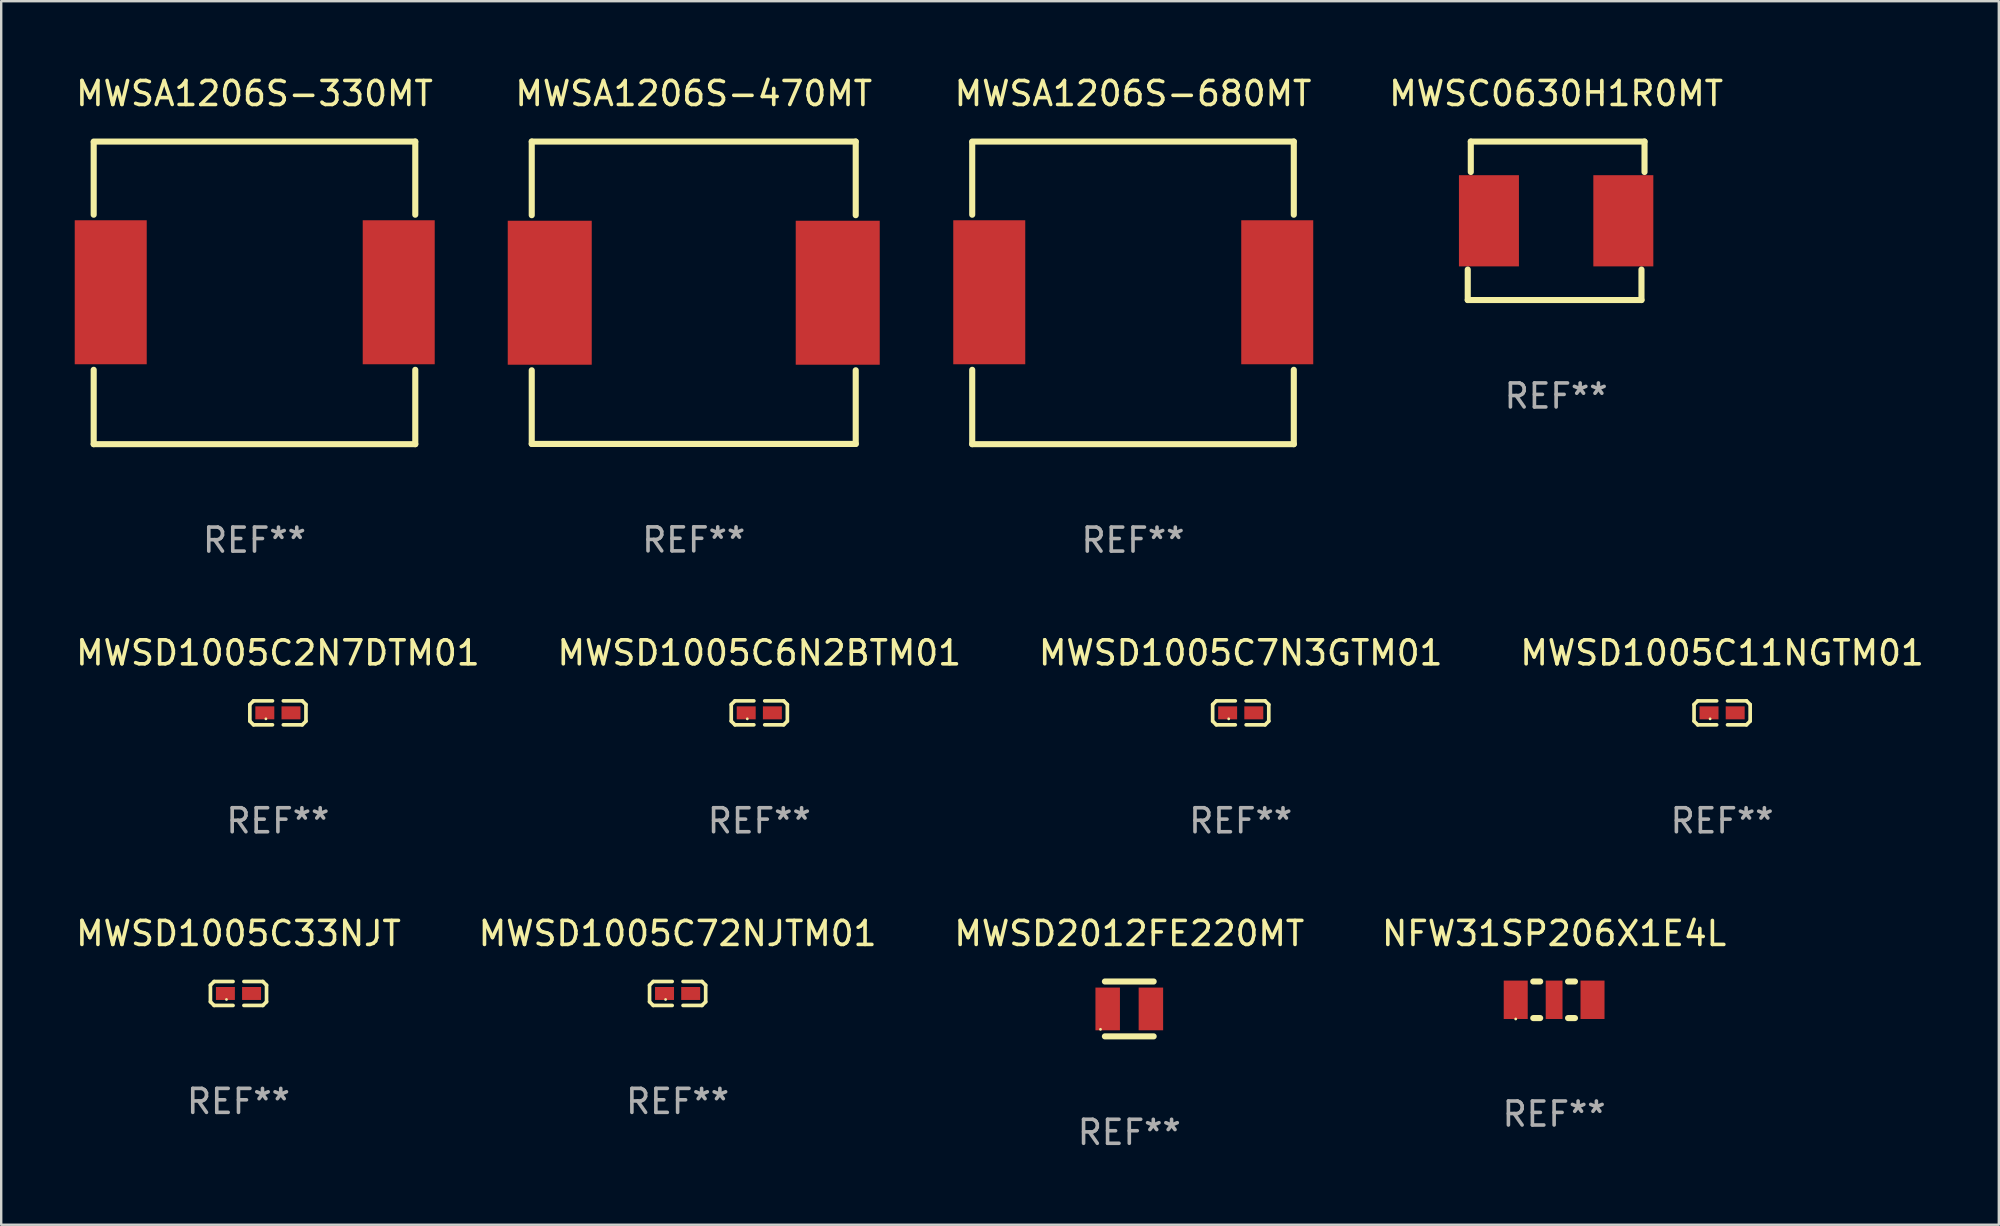
<source format=kicad_pcb>
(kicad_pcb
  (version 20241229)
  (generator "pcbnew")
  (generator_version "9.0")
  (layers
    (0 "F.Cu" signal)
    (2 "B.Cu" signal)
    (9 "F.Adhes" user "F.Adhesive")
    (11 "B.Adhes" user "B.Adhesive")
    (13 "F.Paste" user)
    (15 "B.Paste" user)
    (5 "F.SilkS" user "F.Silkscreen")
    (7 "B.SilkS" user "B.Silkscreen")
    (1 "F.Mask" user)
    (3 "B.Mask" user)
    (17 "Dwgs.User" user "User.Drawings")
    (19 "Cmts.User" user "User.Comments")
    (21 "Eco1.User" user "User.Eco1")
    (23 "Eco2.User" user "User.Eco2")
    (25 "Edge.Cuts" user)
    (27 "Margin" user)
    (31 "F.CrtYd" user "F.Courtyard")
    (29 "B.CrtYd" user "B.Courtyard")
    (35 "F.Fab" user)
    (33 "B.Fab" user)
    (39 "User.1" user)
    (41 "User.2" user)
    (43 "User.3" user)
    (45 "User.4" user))
  (footprint "MWSD2012FE220MT"
    (layer "F.Cu")
    (at 44.006 38.991)
    (property "Reference" "MWSD2012FE220MT" (at 0 -3.143 0) (layer "F.SilkS") (effects (font (size 1 1) (thickness 0.15))))
    (attr through_hole)
    (fp_line (start -1.016 -1.143) (end 1.016 -1.143) (stroke (width 0.254) (type solid)) (layer "F.SilkS"))
    (fp_line (start -1.016 1.143) (end 1.016 1.143) (stroke (width 0.254) (type solid)) (layer "F.SilkS"))
    (fp_circle (center -1.2 0.85) (end -1.17 0.85) (stroke (width 0.06) (type solid)) (fill no) (layer "F.SilkS"))
    (fp_text user "REF**" (at 0 5.143 0) (layer "F.Fab") (effects (font (size 1 1) (thickness 0.15))))
    (pad "1" smd rect (at -0.9 0) (size 1.02 1.78) (layers "F.Cu" "F.Mask" "F.Paste"))
    (pad "2" smd rect (at 0.9 0) (size 1.02 1.78) (layers "F.Cu" "F.Mask" "F.Paste")))
  (footprint "MWSC0630H1R0MT"
    (layer "F.Cu")
    (at 61.792 6.15)
    (property "Reference" "MWSC0630H1R0MT" (at 0 -5.302 0) (layer "F.SilkS") (effects (font (size 1 1) (thickness 0.15))))
    (attr through_hole)
    (fp_line (start -3.683 3.302) (end -3.683 2.032) (stroke (width 0.254) (type solid)) (layer "F.SilkS"))
    (fp_line (start -3.556 -3.302) (end 3.683 -3.302) (stroke (width 0.254) (type solid)) (layer "F.SilkS"))
    (fp_line (start -3.556 -2.032) (end -3.556 -3.302) (stroke (width 0.254) (type solid)) (layer "F.SilkS"))
    (fp_line (start 3.556 2.032) (end 3.556 3.302) (stroke (width 0.254) (type solid)) (layer "F.SilkS"))
    (fp_line (start 3.556 3.302) (end -3.683 3.302) (stroke (width 0.254) (type solid)) (layer "F.SilkS"))
    (fp_line (start 3.683 -3.302) (end 3.683 -2.032) (stroke (width 0.254) (type solid)) (layer "F.SilkS"))
    (fp_circle (center -3.55 3.3) (end -3.52 3.3) (stroke (width 0.06) (type solid)) (fill no) (layer "F.SilkS"))
    (fp_text user "REF**" (at 0 7.302 0) (layer "F.Fab") (effects (font (size 1 1) (thickness 0.15))))
    (pad "1" smd rect (at -2.8 0) (size 2.5 3.8) (layers "F.Cu" "F.Mask" "F.Paste"))
    (pad "2" smd rect (at 2.8 0) (size 2.5 3.8) (layers "F.Cu" "F.Mask" "F.Paste")))
  (footprint "MWSA1206S-470MT"
    (layer "F.Cu")
    (at 25.857 9.148)
    (property "Reference" "MWSA1206S-470MT" (at 0 -8.3 0) (layer "F.SilkS") (effects (font (size 1 1) (thickness 0.15))))
    (attr through_hole)
    (fp_line (start -6.75 -6.3) (end -6.75 -3.231) (stroke (width 0.254) (type solid)) (layer "F.SilkS"))
    (fp_line (start -6.75 -6.3) (end 6.75 -6.3) (stroke (width 0.254) (type solid)) (layer "F.SilkS"))
    (fp_line (start -6.75 3.231) (end -6.75 6.3) (stroke (width 0.254) (type solid)) (layer "F.SilkS"))
    (fp_line (start -6.75 6.3) (end 6.75 6.3) (stroke (width 0.254) (type solid)) (layer "F.SilkS"))
    (fp_line (start 6.75 -3.231) (end 6.75 -6.3) (stroke (width 0.254) (type solid)) (layer "F.SilkS"))
    (fp_line (start 6.75 6.3) (end 6.75 3.231) (stroke (width 0.254) (type solid)) (layer "F.SilkS"))
    (fp_circle (center -6.75 6.3) (end -6.72 6.3) (stroke (width 0.06) (type solid)) (fill no) (layer "F.SilkS"))
    (fp_text user "REF**" (at 0 10.3 0) (layer "F.Fab") (effects (font (size 1 1) (thickness 0.15))))
    (pad "1" smd rect (at -6 0.000025 90) (size 6 3.5) (layers "F.Cu" "F.Mask" "F.Paste"))
    (pad "2" smd rect (at 6 0.000025 90) (size 6 3.5) (layers "F.Cu" "F.Mask" "F.Paste")))
  (footprint "MWSD1005C6N2BTM01"
    (layer "F.Cu")
    (at 28.589 26.653)
    (property "Reference" "MWSD1005C6N2BTM01" (at 0 -2.499 0) (layer "F.SilkS") (effects (font (size 1 1) (thickness 0.15))))
    (attr through_hole)
    (fp_line (start -1.169 -0.346) (end -1.016 -0.499) (stroke (width 0.152) (type solid)) (layer "F.SilkS"))
    (fp_line (start -1.169 0.346) (end -1.169 -0.346) (stroke (width 0.152) (type solid)) (layer "F.SilkS"))
    (fp_line (start -1.016 -0.499) (end -0.226 -0.499) (stroke (width 0.152) (type solid)) (layer "F.SilkS"))
    (fp_line (start -1.016 0.499) (end -1.169 0.346) (stroke (width 0.152) (type solid)) (layer "F.SilkS"))
    (fp_line (start -0.226 0.499) (end -1.016 0.499) (stroke (width 0.152) (type solid)) (layer "F.SilkS"))
    (fp_line (start 0.226 0.499) (end 1.016 0.499) (stroke (width 0.152) (type solid)) (layer "F.SilkS"))
    (fp_line (start 1.016 -0.499) (end 0.226 -0.499) (stroke (width 0.152) (type solid)) (layer "F.SilkS"))
    (fp_line (start 1.016 0.499) (end 1.169 0.346) (stroke (width 0.152) (type solid)) (layer "F.SilkS"))
    (fp_line (start 1.169 -0.346) (end 1.016 -0.499) (stroke (width 0.152) (type solid)) (layer "F.SilkS"))
    (fp_line (start 1.169 0.346) (end 1.169 -0.346) (stroke (width 0.152) (type solid)) (layer "F.SilkS"))
    (fp_circle (center -0.5 0.25) (end -0.47 0.25) (stroke (width 0.06) (type solid)) (fill no) (layer "F.SilkS"))
    (fp_text user "REF**" (at 0 4.499 0) (layer "F.Fab") (effects (font (size 1 1) (thickness 0.15))))
    (pad "1" smd rect (at -0.545 0) (size 0.79 0.54) (layers "F.Cu" "F.Mask" "F.Paste"))
    (pad "2" smd rect (at 0.545 0) (size 0.79 0.54) (layers "F.Cu" "F.Mask" "F.Paste")))
  (footprint "MWSD1005C11NGTM01"
    (layer "F.Cu")
    (at 68.708 26.653)
    (property "Reference" "MWSD1005C11NGTM01" (at 0 -2.499 0) (layer "F.SilkS") (effects (font (size 1 1) (thickness 0.15))))
    (attr through_hole)
    (fp_line (start -1.169 -0.346) (end -1.016 -0.499) (stroke (width 0.152) (type solid)) (layer "F.SilkS"))
    (fp_line (start -1.169 0.346) (end -1.169 -0.346) (stroke (width 0.152) (type solid)) (layer "F.SilkS"))
    (fp_line (start -1.016 -0.499) (end -0.226 -0.499) (stroke (width 0.152) (type solid)) (layer "F.SilkS"))
    (fp_line (start -1.016 0.499) (end -1.169 0.346) (stroke (width 0.152) (type solid)) (layer "F.SilkS"))
    (fp_line (start -0.226 0.499) (end -1.016 0.499) (stroke (width 0.152) (type solid)) (layer "F.SilkS"))
    (fp_line (start 0.226 0.499) (end 1.016 0.499) (stroke (width 0.152) (type solid)) (layer "F.SilkS"))
    (fp_line (start 1.016 -0.499) (end 0.226 -0.499) (stroke (width 0.152) (type solid)) (layer "F.SilkS"))
    (fp_line (start 1.016 0.499) (end 1.169 0.346) (stroke (width 0.152) (type solid)) (layer "F.SilkS"))
    (fp_line (start 1.169 -0.346) (end 1.016 -0.499) (stroke (width 0.152) (type solid)) (layer "F.SilkS"))
    (fp_line (start 1.169 0.346) (end 1.169 -0.346) (stroke (width 0.152) (type solid)) (layer "F.SilkS"))
    (fp_circle (center -0.5 0.25) (end -0.47 0.25) (stroke (width 0.06) (type solid)) (fill no) (layer "F.SilkS"))
    (fp_text user "REF**" (at 0 4.499 0) (layer "F.Fab") (effects (font (size 1 1) (thickness 0.15))))
    (pad "1" smd rect (at -0.545 0) (size 0.79 0.54) (layers "F.Cu" "F.Mask" "F.Paste"))
    (pad "2" smd rect (at 0.545 0) (size 0.79 0.54) (layers "F.Cu" "F.Mask" "F.Paste")))
  (footprint "MWSA1206S-330MT"
    (layer "F.Cu")
    (at 7.554 9.153)
    (property "Reference" "MWSA1206S-330MT" (at 0 -8.305 0) (layer "F.SilkS") (effects (font (size 1 1) (thickness 0.15))))
    (attr through_hole)
    (fp_line (start -6.7 -6.275) (end -6.7 -3.256) (stroke (width 0.254) (type solid)) (layer "F.SilkS"))
    (fp_line (start -6.7 3.206) (end -6.7 6.305) (stroke (width 0.254) (type solid)) (layer "F.SilkS"))
    (fp_line (start -6.7 6.305) (end 6.7 6.305) (stroke (width 0.254) (type solid)) (layer "F.SilkS"))
    (fp_line (start 6.7 -6.305) (end -6.7 -6.305) (stroke (width 0.254) (type solid)) (layer "F.SilkS"))
    (fp_line (start 6.7 -3.256) (end 6.7 -6.305) (stroke (width 0.254) (type solid)) (layer "F.SilkS"))
    (fp_line (start 6.7 6.305) (end 6.7 3.206) (stroke (width 0.254) (type solid)) (layer "F.SilkS"))
    (fp_circle (center -6.715 6.275) (end -6.685 6.275) (stroke (width 0.06) (type solid)) (fill no) (layer "F.SilkS"))
    (fp_text user "REF**" (at 0 10.305 0) (layer "F.Fab") (effects (font (size 1 1) (thickness 0.15))))
    (pad "1" smd rect (at -5.99 -0.025) (size 3 6) (layers "F.Cu" "F.Mask" "F.Paste"))
    (pad "2" smd rect (at 6.01 -0.025) (size 3 6) (layers "F.Cu" "F.Mask" "F.Paste")))
  (footprint "MWSA1206S-680MT"
    (layer "F.Cu")
    (at 44.161 9.153)
    (property "Reference" "MWSA1206S-680MT" (at 0 -8.305 0) (layer "F.SilkS") (effects (font (size 1 1) (thickness 0.15))))
    (attr through_hole)
    (fp_line (start -6.7 -6.275) (end -6.7 -3.256) (stroke (width 0.254) (type solid)) (layer "F.SilkS"))
    (fp_line (start -6.7 3.206) (end -6.7 6.305) (stroke (width 0.254) (type solid)) (layer "F.SilkS"))
    (fp_line (start -6.7 6.305) (end 6.7 6.305) (stroke (width 0.254) (type solid)) (layer "F.SilkS"))
    (fp_line (start 6.7 -6.305) (end -6.7 -6.305) (stroke (width 0.254) (type solid)) (layer "F.SilkS"))
    (fp_line (start 6.7 -3.256) (end 6.7 -6.305) (stroke (width 0.254) (type solid)) (layer "F.SilkS"))
    (fp_line (start 6.7 6.305) (end 6.7 3.206) (stroke (width 0.254) (type solid)) (layer "F.SilkS"))
    (fp_circle (center -6.715 6.275) (end -6.685 6.275) (stroke (width 0.06) (type solid)) (fill no) (layer "F.SilkS"))
    (fp_text user "REF**" (at 0 10.305 0) (layer "F.Fab") (effects (font (size 1 1) (thickness 0.15))))
    (pad "1" smd rect (at -5.99 -0.025) (size 3 6) (layers "F.Cu" "F.Mask" "F.Paste"))
    (pad "2" smd rect (at 6.01 -0.025) (size 3 6) (layers "F.Cu" "F.Mask" "F.Paste")))
  (footprint "NFW31SP206X1E4L"
    (layer "F.Cu")
    (at 61.708 38.61)
    (property "Reference" "NFW31SP206X1E4L" (at 0 -2.762 0) (layer "F.SilkS") (effects (font (size 1 1) (thickness 0.15))))
    (attr through_hole)
    (fp_line (start -0.869 -0.762) (end -0.581 -0.762) (stroke (width 0.254) (type solid)) (layer "F.SilkS"))
    (fp_line (start -0.869 0.762) (end -0.581 0.762) (stroke (width 0.254) (type solid)) (layer "F.SilkS"))
    (fp_line (start 0.581 -0.762) (end 0.869 -0.762) (stroke (width 0.254) (type solid)) (layer "F.SilkS"))
    (fp_line (start 0.581 0.762) (end 0.869 0.762) (stroke (width 0.254) (type solid)) (layer "F.SilkS"))
    (fp_circle (center -1.6 0.8) (end -1.57 0.8) (stroke (width 0.06) (type solid)) (fill no) (layer "F.SilkS"))
    (fp_text user "REF**" (at 0 4.762 0) (layer "F.Fab") (effects (font (size 1 1) (thickness 0.15))))
    (pad "1" smd rect (at -1.6 0) (size 1 1.6) (layers "F.Cu" "F.Mask" "F.Paste"))
    (pad "2" smd rect (at -0.000127 0) (size 0.7 1.6) (layers "F.Cu" "F.Mask" "F.Paste"))
    (pad "3" smd rect (at 1.6 0) (size 1 1.6) (layers "F.Cu" "F.Mask" "F.Paste")))
  (footprint "MWSD1005C2N7DTM01"
    (layer "F.Cu")
    (at 8.53 26.653)
    (property "Reference" "MWSD1005C2N7DTM01" (at 0 -2.499 0) (layer "F.SilkS") (effects (font (size 1 1) (thickness 0.15))))
    (attr through_hole)
    (fp_line (start -1.169 -0.346) (end -1.016 -0.499) (stroke (width 0.152) (type solid)) (layer "F.SilkS"))
    (fp_line (start -1.169 0.346) (end -1.169 -0.346) (stroke (width 0.152) (type solid)) (layer "F.SilkS"))
    (fp_line (start -1.016 -0.499) (end -0.226 -0.499) (stroke (width 0.152) (type solid)) (layer "F.SilkS"))
    (fp_line (start -1.016 0.499) (end -1.169 0.346) (stroke (width 0.152) (type solid)) (layer "F.SilkS"))
    (fp_line (start -0.226 0.499) (end -1.016 0.499) (stroke (width 0.152) (type solid)) (layer "F.SilkS"))
    (fp_line (start 0.226 0.499) (end 1.016 0.499) (stroke (width 0.152) (type solid)) (layer "F.SilkS"))
    (fp_line (start 1.016 -0.499) (end 0.226 -0.499) (stroke (width 0.152) (type solid)) (layer "F.SilkS"))
    (fp_line (start 1.016 0.499) (end 1.169 0.346) (stroke (width 0.152) (type solid)) (layer "F.SilkS"))
    (fp_line (start 1.169 -0.346) (end 1.016 -0.499) (stroke (width 0.152) (type solid)) (layer "F.SilkS"))
    (fp_line (start 1.169 0.346) (end 1.169 -0.346) (stroke (width 0.152) (type solid)) (layer "F.SilkS"))
    (fp_circle (center -0.5 0.25) (end -0.47 0.25) (stroke (width 0.06) (type solid)) (fill no) (layer "F.SilkS"))
    (fp_text user "REF**" (at 0 4.499 0) (layer "F.Fab") (effects (font (size 1 1) (thickness 0.15))))
    (pad "1" smd rect (at -0.545 0) (size 0.79 0.54) (layers "F.Cu" "F.Mask" "F.Paste"))
    (pad "2" smd rect (at 0.545 0) (size 0.79 0.54) (layers "F.Cu" "F.Mask" "F.Paste")))
  (footprint "MWSD1005C7N3GTM01"
    (layer "F.Cu")
    (at 48.649 26.653)
    (property "Reference" "MWSD1005C7N3GTM01" (at 0 -2.499 0) (layer "F.SilkS") (effects (font (size 1 1) (thickness 0.15))))
    (attr through_hole)
    (fp_line (start -1.169 -0.346) (end -1.016 -0.499) (stroke (width 0.152) (type solid)) (layer "F.SilkS"))
    (fp_line (start -1.169 0.346) (end -1.169 -0.346) (stroke (width 0.152) (type solid)) (layer "F.SilkS"))
    (fp_line (start -1.016 -0.499) (end -0.226 -0.499) (stroke (width 0.152) (type solid)) (layer "F.SilkS"))
    (fp_line (start -1.016 0.499) (end -1.169 0.346) (stroke (width 0.152) (type solid)) (layer "F.SilkS"))
    (fp_line (start -0.226 0.499) (end -1.016 0.499) (stroke (width 0.152) (type solid)) (layer "F.SilkS"))
    (fp_line (start 0.226 0.499) (end 1.016 0.499) (stroke (width 0.152) (type solid)) (layer "F.SilkS"))
    (fp_line (start 1.016 -0.499) (end 0.226 -0.499) (stroke (width 0.152) (type solid)) (layer "F.SilkS"))
    (fp_line (start 1.016 0.499) (end 1.169 0.346) (stroke (width 0.152) (type solid)) (layer "F.SilkS"))
    (fp_line (start 1.169 -0.346) (end 1.016 -0.499) (stroke (width 0.152) (type solid)) (layer "F.SilkS"))
    (fp_line (start 1.169 0.346) (end 1.169 -0.346) (stroke (width 0.152) (type solid)) (layer "F.SilkS"))
    (fp_circle (center -0.5 0.25) (end -0.47 0.25) (stroke (width 0.06) (type solid)) (fill no) (layer "F.SilkS"))
    (fp_text user "REF**" (at 0 4.499 0) (layer "F.Fab") (effects (font (size 1 1) (thickness 0.15))))
    (pad "1" smd rect (at -0.545 0) (size 0.79 0.54) (layers "F.Cu" "F.Mask" "F.Paste"))
    (pad "2" smd rect (at 0.545 0) (size 0.79 0.54) (layers "F.Cu" "F.Mask" "F.Paste")))
  (footprint "MWSD1005C72NJTM01"
    (layer "F.Cu")
    (at 25.185 38.347)
    (property "Reference" "MWSD1005C72NJTM01" (at 0 -2.499 0) (layer "F.SilkS") (effects (font (size 1 1) (thickness 0.15))))
    (attr through_hole)
    (fp_line (start -1.169 -0.346) (end -1.016 -0.499) (stroke (width 0.152) (type solid)) (layer "F.SilkS"))
    (fp_line (start -1.169 0.346) (end -1.169 -0.346) (stroke (width 0.152) (type solid)) (layer "F.SilkS"))
    (fp_line (start -1.016 -0.499) (end -0.226 -0.499) (stroke (width 0.152) (type solid)) (layer "F.SilkS"))
    (fp_line (start -1.016 0.499) (end -1.169 0.346) (stroke (width 0.152) (type solid)) (layer "F.SilkS"))
    (fp_line (start -0.226 0.499) (end -1.016 0.499) (stroke (width 0.152) (type solid)) (layer "F.SilkS"))
    (fp_line (start 0.226 0.499) (end 1.016 0.499) (stroke (width 0.152) (type solid)) (layer "F.SilkS"))
    (fp_line (start 1.016 -0.499) (end 0.226 -0.499) (stroke (width 0.152) (type solid)) (layer "F.SilkS"))
    (fp_line (start 1.016 0.499) (end 1.169 0.346) (stroke (width 0.152) (type solid)) (layer "F.SilkS"))
    (fp_line (start 1.169 -0.346) (end 1.016 -0.499) (stroke (width 0.152) (type solid)) (layer "F.SilkS"))
    (fp_line (start 1.169 0.346) (end 1.169 -0.346) (stroke (width 0.152) (type solid)) (layer "F.SilkS"))
    (fp_circle (center -0.5 0.25) (end -0.47 0.25) (stroke (width 0.06) (type solid)) (fill no) (layer "F.SilkS"))
    (fp_text user "REF**" (at 0 4.499 0) (layer "F.Fab") (effects (font (size 1 1) (thickness 0.15))))
    (pad "1" smd rect (at -0.545 0) (size 0.79 0.54) (layers "F.Cu" "F.Mask" "F.Paste"))
    (pad "2" smd rect (at 0.545 0) (size 0.79 0.54) (layers "F.Cu" "F.Mask" "F.Paste")))
  (footprint "MWSD1005C33NJT"
    (layer "F.Cu")
    (at 6.887 38.347)
    (property "Reference" "MWSD1005C33NJT" (at 0 -2.499 0) (layer "F.SilkS") (effects (font (size 1 1) (thickness 0.15))))
    (attr through_hole)
    (fp_line (start -1.169 -0.346) (end -1.016 -0.499) (stroke (width 0.152) (type solid)) (layer "F.SilkS"))
    (fp_line (start -1.169 0.346) (end -1.169 -0.346) (stroke (width 0.152) (type solid)) (layer "F.SilkS"))
    (fp_line (start -1.016 -0.499) (end -0.226 -0.499) (stroke (width 0.152) (type solid)) (layer "F.SilkS"))
    (fp_line (start -1.016 0.499) (end -1.169 0.346) (stroke (width 0.152) (type solid)) (layer "F.SilkS"))
    (fp_line (start -0.226 0.499) (end -1.016 0.499) (stroke (width 0.152) (type solid)) (layer "F.SilkS"))
    (fp_line (start 0.226 0.499) (end 1.016 0.499) (stroke (width 0.152) (type solid)) (layer "F.SilkS"))
    (fp_line (start 1.016 -0.499) (end 0.226 -0.499) (stroke (width 0.152) (type solid)) (layer "F.SilkS"))
    (fp_line (start 1.016 0.499) (end 1.169 0.346) (stroke (width 0.152) (type solid)) (layer "F.SilkS"))
    (fp_line (start 1.169 -0.346) (end 1.016 -0.499) (stroke (width 0.152) (type solid)) (layer "F.SilkS"))
    (fp_line (start 1.169 0.346) (end 1.169 -0.346) (stroke (width 0.152) (type solid)) (layer "F.SilkS"))
    (fp_circle (center -0.5 0.25) (end -0.47 0.25) (stroke (width 0.06) (type solid)) (fill no) (layer "F.SilkS"))
    (fp_text user "REF**" (at 0 4.499 0) (layer "F.Fab") (effects (font (size 1 1) (thickness 0.15))))
    (pad "1" smd rect (at -0.545 0) (size 0.79 0.54) (layers "F.Cu" "F.Mask" "F.Paste"))
    (pad "2" smd rect (at 0.545 0) (size 0.79 0.54) (layers "F.Cu" "F.Mask" "F.Paste")))
  (gr_rect
    (start -3 -3)
    (end 80.238 47.983)
    (stroke (width 0.1) (type default))
    (fill no)
    (layer "Edge.Cuts")))
</source>
